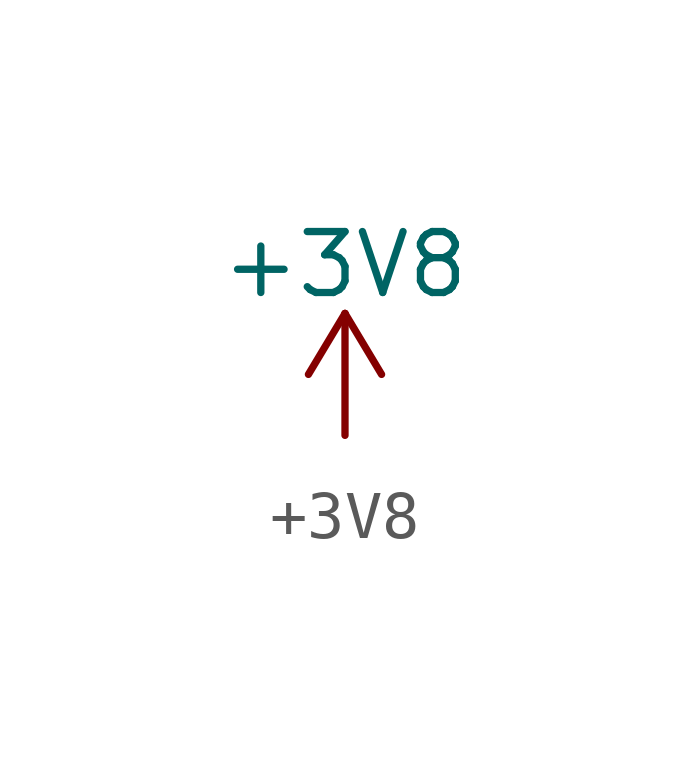
<source format=kicad_sym>
(kicad_symbol_lib
  (version 20211014)
  (generator kicad_symbol_editor)
  (symbol "power1:+3V8"
    (power)
    (pin_names
      (offset 0))
    (property "Reference" "#PWR"
      (at 0 -3.81 0)
      (effects (font (size 1.27 1.27)) hide))
    (property "Value" "+3V8"
      (at 0 3.556 0)
      (effects (font (size 1.27 1.27))))
    (symbol "+3V8_0_1"
      (polyline (pts (xy -0.762 1.27) (xy 0 2.54)) (stroke (width 0) (type default) (color 0 0 0 0)) (fill (type none)))
      (polyline (pts (xy 0 0) (xy 0 2.54)) (stroke (width 0) (type default) (color 0 0 0 0)) (fill (type none)))
      (polyline (pts (xy 0 2.54) (xy 0.762 1.27)) (stroke (width 0) (type default) (color 0 0 0 0)) (fill (type none))))
    (symbol "+3V8_1_1"
      (pin power_in line (at 0 0 90) (length 0) hide (name "+3V8" (effects (font (size 1.27 1.27)))) (number "1" (effects (font (size 1.27 1.27))))))))
</source>
